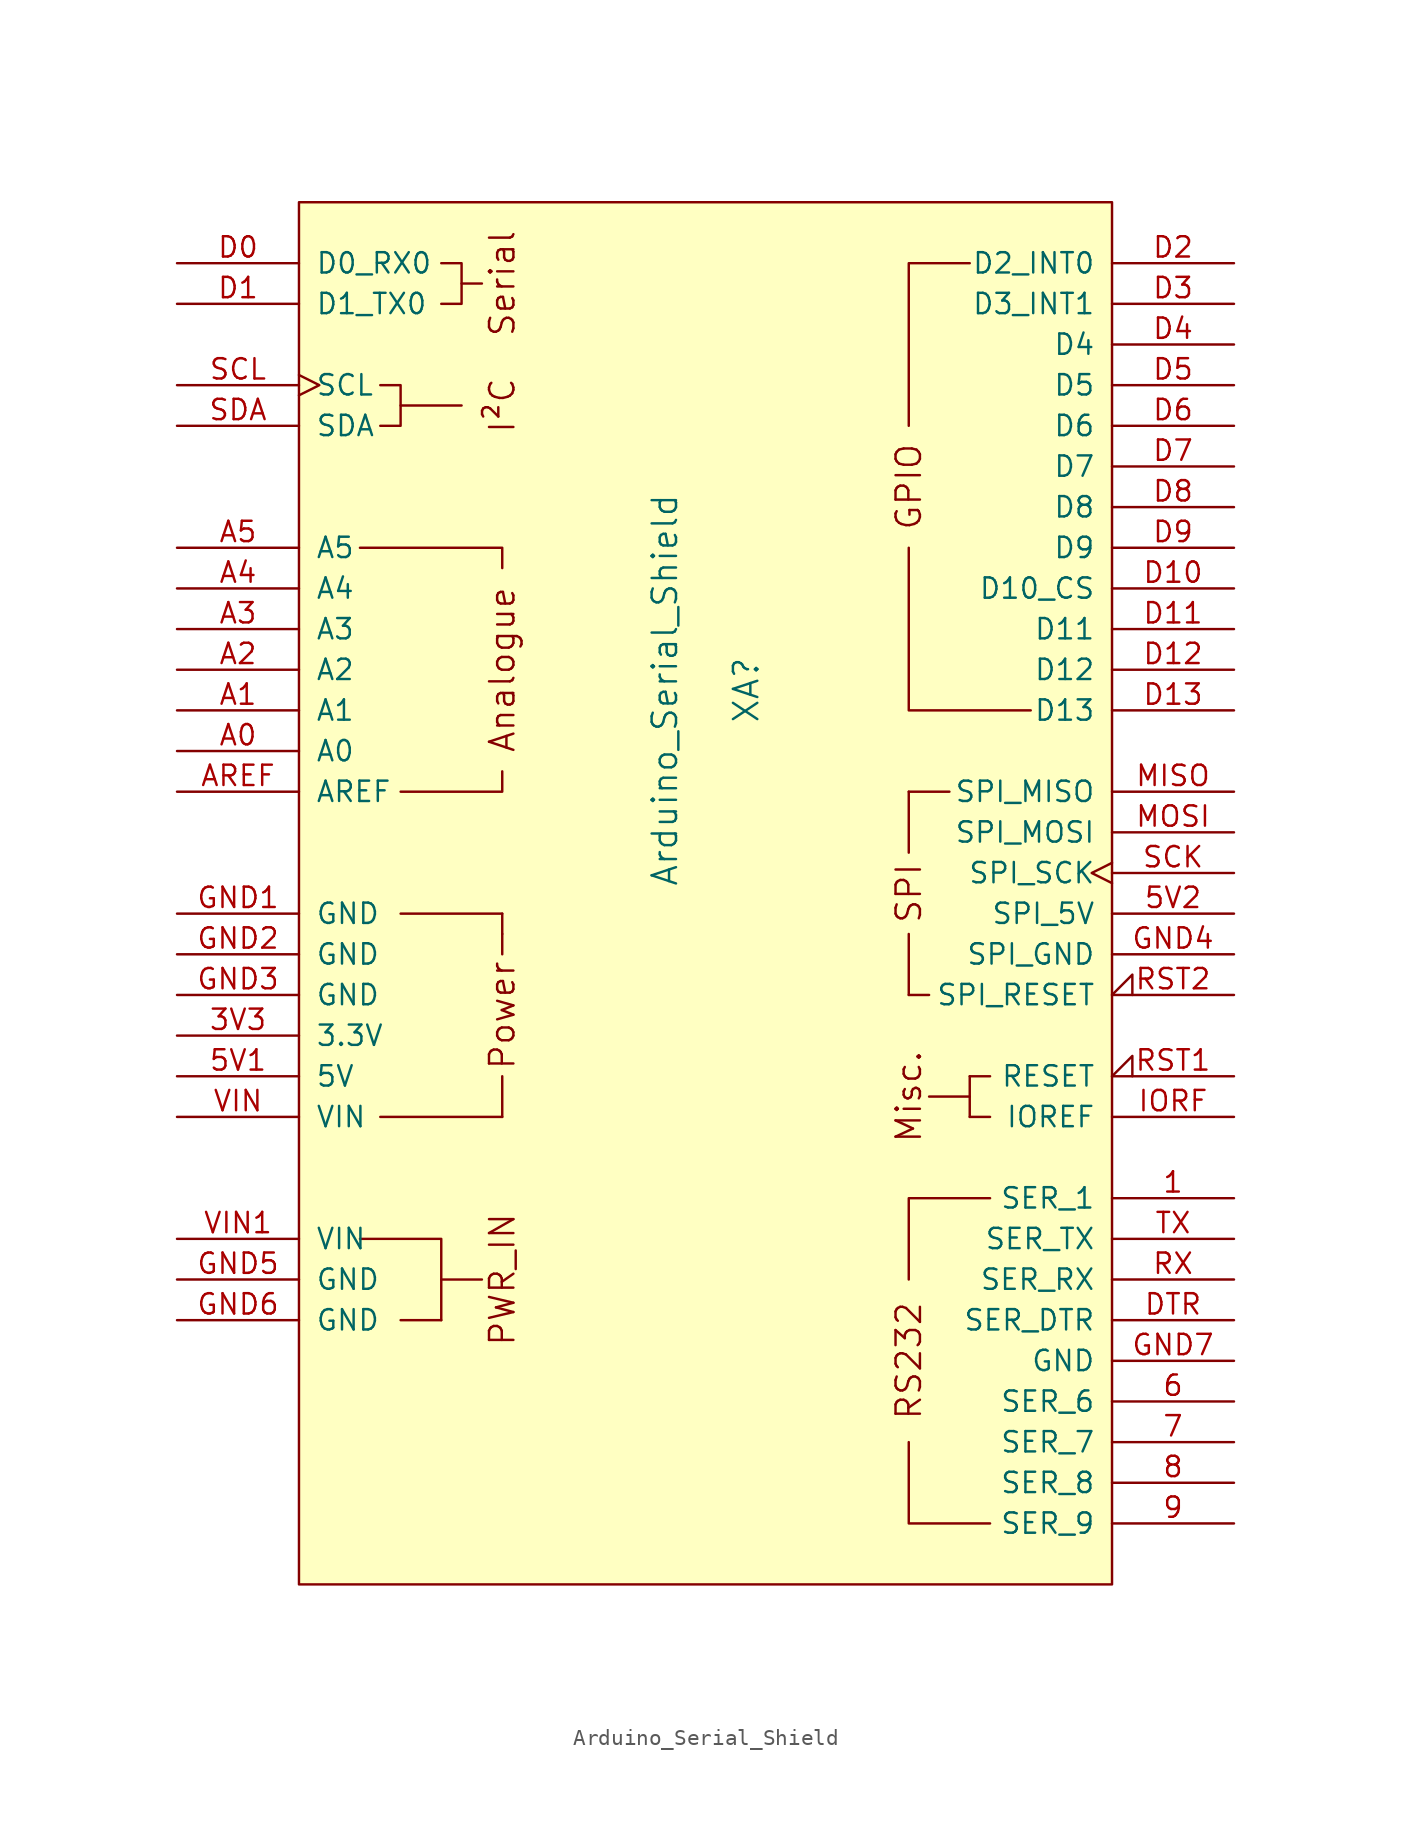
<source format=kicad_sym>
(kicad_symbol_lib
  (version 20211014)
  (generator kicad_symbol_editor)
  (symbol "Arduino_Serial_Shield"
    (pin_names
      (offset 1.016))
    (property "Reference" "XA"
      (at 2.54 0 90)
      (effects (font (size 1.524 1.524))))
    (property "Value" "Arduino_Serial_Shield"
      (at -2.54 0 90)
      (effects (font (size 1.524 1.524))))
    (symbol "Arduino_Serial_Shield_0_0"
      (rectangle (start -25.4 30.48) (end 25.4 -55.88) (stroke (width 0) (type default) (color 0 0 0 0)) (fill (type background)))
      (rectangle (start -20.32 -26.67) (end -12.7 -26.67) (stroke (width 0) (type default) (color 0 0 0 0)) (fill (type none)))
      (rectangle (start -19.05 -13.97) (end -12.7 -13.97) (stroke (width 0) (type default) (color 0 0 0 0)) (fill (type none)))
      (polyline (pts (xy -19.05 17.78) (xy -15.24 17.78)) (stroke (width 0) (type default) (color 0 0 0 0)) (fill (type none)))
      (polyline (pts (xy -16.51 -39.37) (xy -19.05 -39.37)) (stroke (width 0) (type default) (color 0 0 0 0)) (fill (type none)))
      (polyline (pts (xy -15.24 25.4) (xy -13.97 25.4)) (stroke (width 0) (type default) (color 0 0 0 0)) (fill (type none)))
      (polyline (pts (xy -12.7 -26.67) (xy -12.7 -24.13)) (stroke (width 0) (type default) (color 0 0 0 0)) (fill (type none)))
      (polyline (pts (xy -12.7 -15.24) (xy -12.7 -16.51)) (stroke (width 0) (type default) (color 0 0 0 0)) (fill (type none)))
      (polyline (pts (xy -12.7 -13.97) (xy -12.7 -15.24)) (stroke (width 0) (type default) (color 0 0 0 0)) (fill (type none)))
      (polyline (pts (xy -12.7 -5.08) (xy -12.7 -6.35) (xy -19.05 -6.35)) (stroke (width 0) (type default) (color 0 0 0 0)) (fill (type none)))
      (polyline (pts (xy -12.7 7.62) (xy -12.7 8.89) (xy -21.59 8.89)) (stroke (width 0) (type default) (color 0 0 0 0)) (fill (type none)))
      (polyline (pts (xy 12.7 -46.99) (xy 12.7 -52.07) (xy 17.78 -52.07)) (stroke (width 0) (type default) (color 0 0 0 0)) (fill (type none)))
      (polyline (pts (xy 12.7 -36.83) (xy 12.7 -31.75) (xy 17.78 -31.75)) (stroke (width 0) (type default) (color 0 0 0 0)) (fill (type none)))
      (polyline (pts (xy 12.7 8.89) (xy 12.7 -1.27) (xy 20.32 -1.27)) (stroke (width 0) (type default) (color 0 0 0 0)) (fill (type none)))
      (polyline (pts (xy 12.7 16.51) (xy 12.7 26.67) (xy 16.51 26.67)) (stroke (width 0) (type default) (color 0 0 0 0)) (fill (type none)))
      (polyline (pts (xy -20.32 19.05) (xy -19.05 19.05) (xy -19.05 16.51) (xy -20.32 16.51)) (stroke (width 0) (type default) (color 0 0 0 0)) (fill (type none)))
      (polyline (pts (xy -16.51 26.67) (xy -15.24 26.67) (xy -15.24 24.13) (xy -16.51 24.13)) (stroke (width 0) (type default) (color 0 0 0 0)) (fill (type none)))
      (rectangle (start 12.7 -19.05) (end 12.7 -15.24) (stroke (width 0) (type default) (color 0 0 0 0)) (fill (type none)))
      (rectangle (start 12.7 -10.16) (end 12.7 -6.35) (stroke (width 0) (type default) (color 0 0 0 0)) (fill (type none)))
      (rectangle (start 13.97 -19.05) (end 12.7 -19.05) (stroke (width 0) (type default) (color 0 0 0 0)) (fill (type none)))
      (rectangle (start 15.24 -6.35) (end 12.7 -6.35) (stroke (width 0) (type default) (color 0 0 0 0)) (fill (type none)))
      (rectangle (start 16.51 -25.4) (end 13.97 -25.4) (stroke (width 0) (type default) (color 0 0 0 0)) (fill (type none)))
      (rectangle (start 16.51 -24.13) (end 16.51 -26.67) (stroke (width 0) (type default) (color 0 0 0 0)) (fill (type none)))
      (rectangle (start 17.78 -26.67) (end 16.51 -26.67) (stroke (width 0) (type default) (color 0 0 0 0)) (fill (type none)))
      (rectangle (start 17.78 -24.13) (end 16.51 -24.13) (stroke (width 0) (type default) (color 0 0 0 0)) (fill (type none)))
      (text "Analogue" (at -12.7 1.27 900) (effects (font (size 1.524 1.524))))
      (text "I²C" (at -12.7 17.78 900) (effects (font (size 1.524 1.524))))
      (text "Misc." (at 12.7 -25.4 900) (effects (font (size 1.524 1.524))))
      (text "Power" (at -12.7 -20.32 900) (effects (font (size 1.524 1.524))))
      (text "PWR_IN" (at -12.7 -36.83 900) (effects (font (size 1.524 1.524))))
      (text "Serial" (at -12.7 25.4 900) (effects (font (size 1.524 1.524))))
      (text "SPI" (at 12.7 -12.7 900) (effects (font (size 1.524 1.524)))))
    (symbol "Arduino_Serial_Shield_0_1"
      (polyline (pts (xy -16.51 -36.83) (xy -13.97 -36.83)) (stroke (width 0.152) (type default) (color 0 0 0 0)) (fill (type none)))
      (polyline (pts (xy -16.51 -39.37) (xy -16.51 -34.29) (xy -21.59 -34.29)) (stroke (width 0.152) (type default) (color 0 0 0 0)) (fill (type none))))
    (symbol "Arduino_Serial_Shield_1_0"
      (text "GPIO" (at 12.7 12.7 900) (effects (font (size 1.524 1.524))))
      (text "RS232" (at 12.7 -41.91 900) (effects (font (size 1.524 1.524)))))
    (symbol "Arduino_Serial_Shield_1_1"
      (pin input line (at 33.02 -31.75 180) (length 7.62) (name "SER_1" (effects (font (size 1.27 1.27)))) (number "1" (effects (font (size 1.27 1.27)))))
      (pin power_in line (at -33.02 -21.59 0) (length 7.62) (name "3.3V" (effects (font (size 1.27 1.27)))) (number "3V3" (effects (font (size 1.27 1.27)))))
      (pin power_in line (at -33.02 -24.13 0) (length 7.62) (name "5V" (effects (font (size 1.27 1.27)))) (number "5V1" (effects (font (size 1.27 1.27)))))
      (pin power_in line (at 33.02 -13.97 180) (length 7.62) (name "SPI_5V" (effects (font (size 1.27 1.27)))) (number "5V2" (effects (font (size 1.27 1.27)))))
      (pin input line (at 33.02 -44.45 180) (length 7.62) (name "SER_6" (effects (font (size 1.27 1.27)))) (number "6" (effects (font (size 1.27 1.27)))))
      (pin input line (at 33.02 -46.99 180) (length 7.62) (name "SER_7" (effects (font (size 1.27 1.27)))) (number "7" (effects (font (size 1.27 1.27)))))
      (pin input line (at 33.02 -49.53 180) (length 7.62) (name "SER_8" (effects (font (size 1.27 1.27)))) (number "8" (effects (font (size 1.27 1.27)))))
      (pin input line (at 33.02 -52.07 180) (length 7.62) (name "SER_9" (effects (font (size 1.27 1.27)))) (number "9" (effects (font (size 1.27 1.27)))))
      (pin bidirectional line (at -33.02 -3.81 0) (length 7.62) (name "A0" (effects (font (size 1.27 1.27)))) (number "A0" (effects (font (size 1.27 1.27)))))
      (pin bidirectional line (at -33.02 -1.27 0) (length 7.62) (name "A1" (effects (font (size 1.27 1.27)))) (number "A1" (effects (font (size 1.27 1.27)))))
      (pin bidirectional line (at -33.02 1.27 0) (length 7.62) (name "A2" (effects (font (size 1.27 1.27)))) (number "A2" (effects (font (size 1.27 1.27)))))
      (pin bidirectional line (at -33.02 3.81 0) (length 7.62) (name "A3" (effects (font (size 1.27 1.27)))) (number "A3" (effects (font (size 1.27 1.27)))))
      (pin bidirectional line (at -33.02 6.35 0) (length 7.62) (name "A4" (effects (font (size 1.27 1.27)))) (number "A4" (effects (font (size 1.27 1.27)))))
      (pin bidirectional line (at -33.02 8.89 0) (length 7.62) (name "A5" (effects (font (size 1.27 1.27)))) (number "A5" (effects (font (size 1.27 1.27)))))
      (pin input line (at -33.02 -6.35 0) (length 7.62) (name "AREF" (effects (font (size 1.27 1.27)))) (number "AREF" (effects (font (size 1.27 1.27)))))
      (pin bidirectional line (at -33.02 26.67 0) (length 7.62) (name "D0_RX0" (effects (font (size 1.27 1.27)))) (number "D0" (effects (font (size 1.27 1.27)))))
      (pin bidirectional line (at -33.02 24.13 0) (length 7.62) (name "D1_TX0" (effects (font (size 1.27 1.27)))) (number "D1" (effects (font (size 1.27 1.27)))))
      (pin bidirectional line (at 33.02 6.35 180) (length 7.62) (name "D10_CS" (effects (font (size 1.27 1.27)))) (number "D10" (effects (font (size 1.27 1.27)))))
      (pin bidirectional line (at 33.02 3.81 180) (length 7.62) (name "D11" (effects (font (size 1.27 1.27)))) (number "D11" (effects (font (size 1.27 1.27)))))
      (pin bidirectional line (at 33.02 1.27 180) (length 7.62) (name "D12" (effects (font (size 1.27 1.27)))) (number "D12" (effects (font (size 1.27 1.27)))))
      (pin bidirectional line (at 33.02 -1.27 180) (length 7.62) (name "D13" (effects (font (size 1.27 1.27)))) (number "D13" (effects (font (size 1.27 1.27)))))
      (pin bidirectional line (at 33.02 26.67 180) (length 7.62) (name "D2_INT0" (effects (font (size 1.27 1.27)))) (number "D2" (effects (font (size 1.27 1.27)))))
      (pin bidirectional line (at 33.02 24.13 180) (length 7.62) (name "D3_INT1" (effects (font (size 1.27 1.27)))) (number "D3" (effects (font (size 1.27 1.27)))))
      (pin bidirectional line (at 33.02 21.59 180) (length 7.62) (name "D4" (effects (font (size 1.27 1.27)))) (number "D4" (effects (font (size 1.27 1.27)))))
      (pin bidirectional line (at 33.02 19.05 180) (length 7.62) (name "D5" (effects (font (size 1.27 1.27)))) (number "D5" (effects (font (size 1.27 1.27)))))
      (pin bidirectional line (at 33.02 16.51 180) (length 7.62) (name "D6" (effects (font (size 1.27 1.27)))) (number "D6" (effects (font (size 1.27 1.27)))))
      (pin bidirectional line (at 33.02 13.97 180) (length 7.62) (name "D7" (effects (font (size 1.27 1.27)))) (number "D7" (effects (font (size 1.27 1.27)))))
      (pin bidirectional line (at 33.02 11.43 180) (length 7.62) (name "D8" (effects (font (size 1.27 1.27)))) (number "D8" (effects (font (size 1.27 1.27)))))
      (pin bidirectional line (at 33.02 8.89 180) (length 7.62) (name "D9" (effects (font (size 1.27 1.27)))) (number "D9" (effects (font (size 1.27 1.27)))))
      (pin output line (at 33.02 -39.37 180) (length 7.62) (name "SER_DTR" (effects (font (size 1.27 1.27)))) (number "DTR" (effects (font (size 1.27 1.27)))))
      (pin power_in line (at -33.02 -13.97 0) (length 7.62) (name "GND" (effects (font (size 1.27 1.27)))) (number "GND1" (effects (font (size 1.27 1.27)))))
      (pin power_in line (at -33.02 -16.51 0) (length 7.62) (name "GND" (effects (font (size 1.27 1.27)))) (number "GND2" (effects (font (size 1.27 1.27)))))
      (pin power_in line (at -33.02 -19.05 0) (length 7.62) (name "GND" (effects (font (size 1.27 1.27)))) (number "GND3" (effects (font (size 1.27 1.27)))))
      (pin power_in line (at 33.02 -16.51 180) (length 7.62) (name "SPI_GND" (effects (font (size 1.27 1.27)))) (number "GND4" (effects (font (size 1.27 1.27)))))
      (pin power_in line (at -33.02 -36.83 0) (length 7.62) (name "GND" (effects (font (size 1.27 1.27)))) (number "GND5" (effects (font (size 1.27 1.27)))))
      (pin power_in line (at -33.02 -39.37 0) (length 7.62) (name "GND" (effects (font (size 1.27 1.27)))) (number "GND6" (effects (font (size 1.27 1.27)))))
      (pin power_in line (at 33.02 -41.91 180) (length 7.62) (name "GND" (effects (font (size 1.27 1.27)))) (number "GND7" (effects (font (size 1.27 1.27)))))
      (pin output line (at 33.02 -26.67 180) (length 7.62) (name "IOREF" (effects (font (size 1.27 1.27)))) (number "IORF" (effects (font (size 1.27 1.27)))))
      (pin input line (at 33.02 -6.35 180) (length 7.62) (name "SPI_MISO" (effects (font (size 1.27 1.27)))) (number "MISO" (effects (font (size 1.27 1.27)))))
      (pin output line (at 33.02 -8.89 180) (length 7.62) (name "SPI_MOSI" (effects (font (size 1.27 1.27)))) (number "MOSI" (effects (font (size 1.27 1.27)))))
      (pin open_collector input_low (at 33.02 -24.13 180) (length 7.62) (name "RESET" (effects (font (size 1.27 1.27)))) (number "RST1" (effects (font (size 1.27 1.27)))))
      (pin open_collector input_low (at 33.02 -19.05 180) (length 7.62) (name "SPI_RESET" (effects (font (size 1.27 1.27)))) (number "RST2" (effects (font (size 1.27 1.27)))))
      (pin output line (at 33.02 -36.83 180) (length 7.62) (name "SER_RX" (effects (font (size 1.27 1.27)))) (number "RX" (effects (font (size 1.27 1.27)))))
      (pin output clock (at 33.02 -11.43 180) (length 7.62) (name "SPI_SCK" (effects (font (size 1.27 1.27)))) (number "SCK" (effects (font (size 1.27 1.27)))))
      (pin bidirectional clock (at -33.02 19.05 0) (length 7.62) (name "SCL" (effects (font (size 1.27 1.27)))) (number "SCL" (effects (font (size 1.27 1.27)))))
      (pin bidirectional line (at -33.02 16.51 0) (length 7.62) (name "SDA" (effects (font (size 1.27 1.27)))) (number "SDA" (effects (font (size 1.27 1.27)))))
      (pin input line (at 33.02 -34.29 180) (length 7.62) (name "SER_TX" (effects (font (size 1.27 1.27)))) (number "TX" (effects (font (size 1.27 1.27)))))
      (pin power_in line (at -33.02 -26.67 0) (length 7.62) (name "VIN" (effects (font (size 1.27 1.27)))) (number "VIN" (effects (font (size 1.27 1.27)))))
      (pin power_in line (at -33.02 -34.29 0) (length 7.62) (name "VIN" (effects (font (size 1.27 1.27)))) (number "VIN1" (effects (font (size 1.27 1.27))))))))
</source>
